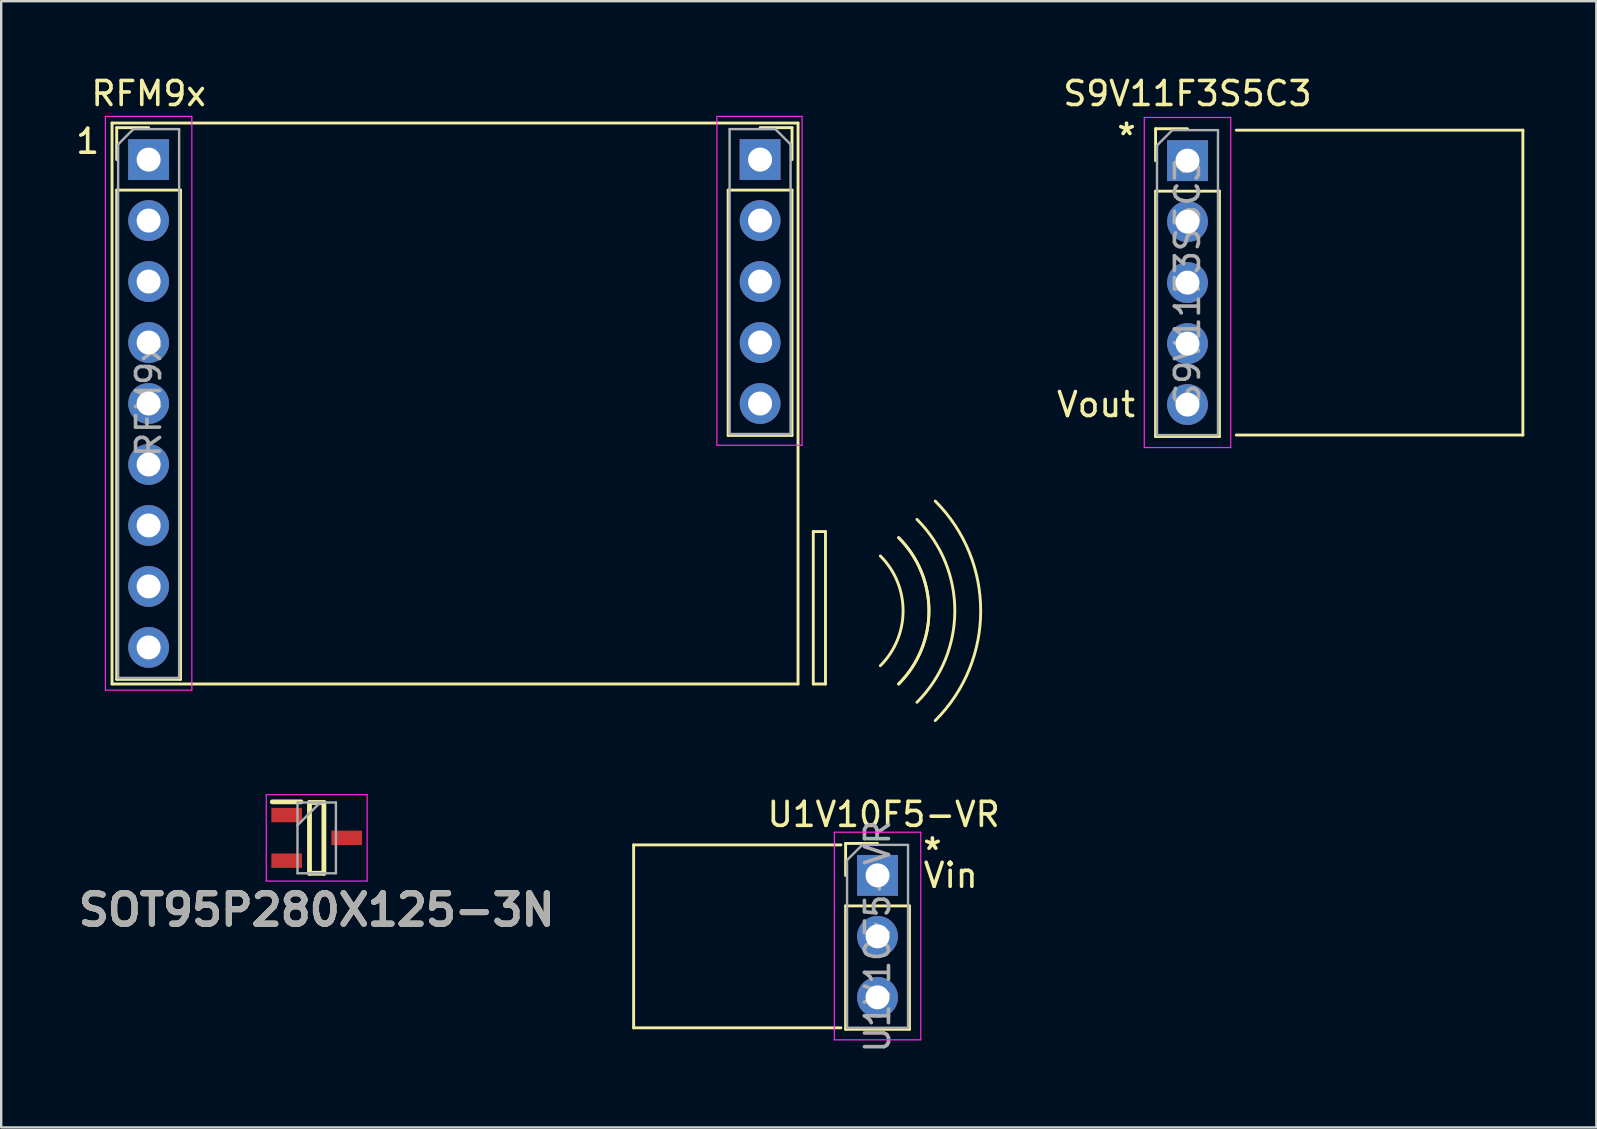
<source format=kicad_pcb>
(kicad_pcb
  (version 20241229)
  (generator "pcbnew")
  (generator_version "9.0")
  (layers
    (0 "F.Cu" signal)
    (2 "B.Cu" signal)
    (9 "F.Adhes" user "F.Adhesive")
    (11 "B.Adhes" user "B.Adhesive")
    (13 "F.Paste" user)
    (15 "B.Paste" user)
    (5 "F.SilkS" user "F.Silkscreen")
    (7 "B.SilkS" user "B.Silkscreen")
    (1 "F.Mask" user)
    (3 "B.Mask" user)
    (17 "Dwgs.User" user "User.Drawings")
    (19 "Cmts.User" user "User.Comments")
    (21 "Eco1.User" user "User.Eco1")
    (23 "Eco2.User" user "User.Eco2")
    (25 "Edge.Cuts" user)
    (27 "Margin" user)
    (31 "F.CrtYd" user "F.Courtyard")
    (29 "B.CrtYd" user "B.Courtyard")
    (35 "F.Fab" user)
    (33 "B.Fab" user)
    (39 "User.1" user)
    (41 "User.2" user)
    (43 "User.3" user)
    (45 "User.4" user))
  (footprint "S9V11F3S5C3"
    (layer "F.Cu")
    (at 46.415 3.642)
    (property "Reference" "S9V11F3S5C3" (at 0 -2.794 0) (layer "F.SilkS") (effects (font (size 1 1) (thickness 0.15))))
    (attr through_hole)
    (fp_line (start -1.33 -1.33) (end 0 -1.33) (stroke (width 0.12) (type solid)) (layer "F.SilkS"))
    (fp_line (start -1.33 0) (end -1.33 -1.33) (stroke (width 0.12) (type solid)) (layer "F.SilkS"))
    (fp_line (start -1.33 1.27) (end -1.33 11.49) (stroke (width 0.12) (type solid)) (layer "F.SilkS"))
    (fp_line (start -1.33 1.27) (end 1.33 1.27) (stroke (width 0.12) (type solid)) (layer "F.SilkS"))
    (fp_line (start -1.33 11.49) (end 1.33 11.49) (stroke (width 0.12) (type solid)) (layer "F.SilkS"))
    (fp_line (start 1.33 1.27) (end 1.33 11.49) (stroke (width 0.12) (type solid)) (layer "F.SilkS"))
    (fp_line (start 2.032 -1.27) (end 13.97 -1.27) (stroke (width 0.12) (type solid)) (layer "F.SilkS"))
    (fp_line (start 13.97 -1.27) (end 13.97 11.43) (stroke (width 0.12) (type solid)) (layer "F.SilkS"))
    (fp_line (start 13.97 11.43) (end 2.032 11.43) (stroke (width 0.12) (type solid)) (layer "F.SilkS"))
    (fp_line (start -1.8 -1.8) (end -1.8 11.95) (stroke (width 0.05) (type solid)) (layer "F.CrtYd"))
    (fp_line (start -1.8 11.95) (end 1.8 11.95) (stroke (width 0.05) (type solid)) (layer "F.CrtYd"))
    (fp_line (start 1.8 -1.8) (end -1.8 -1.8) (stroke (width 0.05) (type solid)) (layer "F.CrtYd"))
    (fp_line (start 1.8 11.95) (end 1.8 -1.8) (stroke (width 0.05) (type solid)) (layer "F.CrtYd"))
    (fp_line (start -1.27 -0.635) (end -0.635 -1.27) (stroke (width 0.1) (type solid)) (layer "F.Fab"))
    (fp_line (start -1.27 11.43) (end -1.27 -0.635) (stroke (width 0.1) (type solid)) (layer "F.Fab"))
    (fp_line (start -0.635 -1.27) (end 1.27 -1.27) (stroke (width 0.1) (type solid)) (layer "F.Fab"))
    (fp_line (start 1.27 -1.27) (end 1.27 11.43) (stroke (width 0.1) (type solid)) (layer "F.Fab"))
    (fp_line (start 1.27 11.43) (end -1.27 11.43) (stroke (width 0.1) (type solid)) (layer "F.Fab"))
    (fp_text user "*" (at -2.54 -1.016 0) (layer "F.SilkS") (effects (font (size 1 1) (thickness 0.15))))
    (fp_text user "Vout" (at -3.81 10.16 0) (layer "F.SilkS") (effects (font (size 1 1) (thickness 0.15))))
    (fp_text user "${REFERENCE}" (at 0 5.08 90) (layer "F.Fab") (effects (font (size 1 1) (thickness 0.15))))
    (pad "1" thru_hole rect (at 0 0) (size 1.7 1.7) (drill 1) (layers "*.Cu" "*.Mask"))
    (pad "2" thru_hole oval (at 0 2.54) (size 1.7 1.7) (drill 1) (layers "*.Cu" "*.Mask"))
    (pad "3" thru_hole oval (at 0 5.08) (size 1.7 1.7) (drill 1) (layers "*.Cu" "*.Mask"))
    (pad "4" thru_hole oval (at 0 7.62) (size 1.7 1.7) (drill 1) (layers "*.Cu" "*.Mask"))
    (pad "5" thru_hole oval (at 0 10.16) (size 1.7 1.7) (drill 1) (layers "*.Cu" "*.Mask")))
  (footprint "RFM9x"
    (layer "F.Cu")
    (at 3.141 3.598)
    (property "Reference" "RFM9x" (at 0 -2.75 0) (layer "F.SilkS") (effects (font (size 1 1) (thickness 0.15))))
    (attr through_hole)
    (fp_line (start -1.524 -1.524) (end 27.051 -1.524) (stroke (width 0.12) (type solid)) (layer "F.SilkS"))
    (fp_line (start -1.524 21.844) (end -1.524 -1.524) (stroke (width 0.12) (type solid)) (layer "F.SilkS"))
    (fp_line (start -1.33 -1.33) (end 0 -1.33) (stroke (width 0.12) (type solid)) (layer "F.SilkS"))
    (fp_line (start -1.33 0) (end -1.33 -1.33) (stroke (width 0.12) (type solid)) (layer "F.SilkS"))
    (fp_line (start -1.33 1.27) (end -1.33 21.65) (stroke (width 0.12) (type solid)) (layer "F.SilkS"))
    (fp_line (start -1.33 1.27) (end 1.33 1.27) (stroke (width 0.12) (type solid)) (layer "F.SilkS"))
    (fp_line (start -1.33 21.65) (end 1.33 21.65) (stroke (width 0.12) (type solid)) (layer "F.SilkS"))
    (fp_line (start 1.33 1.27) (end 1.33 21.65) (stroke (width 0.12) (type solid)) (layer "F.SilkS"))
    (fp_line (start 24.14 1.27) (end 24.14 11.49) (stroke (width 0.12) (type solid)) (layer "F.SilkS"))
    (fp_line (start 24.14 1.27) (end 26.8 1.27) (stroke (width 0.12) (type solid)) (layer "F.SilkS"))
    (fp_line (start 24.14 11.49) (end 26.8 11.49) (stroke (width 0.12) (type solid)) (layer "F.SilkS"))
    (fp_line (start 25.47 -1.33) (end 26.8 -1.33) (stroke (width 0.12) (type solid)) (layer "F.SilkS"))
    (fp_line (start 26.8 -1.33) (end 26.8 0) (stroke (width 0.12) (type solid)) (layer "F.SilkS"))
    (fp_line (start 26.8 1.27) (end 26.8 11.49) (stroke (width 0.12) (type solid)) (layer "F.SilkS"))
    (fp_line (start 27.051 -1.524) (end 27.051 21.844) (stroke (width 0.12) (type solid)) (layer "F.SilkS"))
    (fp_line (start 27.051 21.844) (end -1.524 21.844) (stroke (width 0.12) (type solid)) (layer "F.SilkS"))
    (fp_line (start 27.686 21.844) (end 27.686 15.494) (stroke (width 0.12) (type solid)) (layer "F.SilkS"))
    (fp_line (start 27.686 21.844) (end 28.194 21.844) (stroke (width 0.12) (type solid)) (layer "F.SilkS"))
    (fp_line (start 28.194 15.494) (end 27.686 15.494) (stroke (width 0.12) (type solid)) (layer "F.SilkS"))
    (fp_line (start 28.194 21.844) (end 28.194 15.494) (stroke (width 0.12) (type solid)) (layer "F.SilkS"))
    (fp_arc (start 30.479999 16.510001) (mid 31.426891 18.796) (end 30.479999 21.081999) (stroke (width 0.12) (type solid)) (layer "F.SilkS"))
    (fp_arc (start 31.241999 15.748001) (mid 32.504522 18.796) (end 31.241999 21.843999) (stroke (width 0.12) (type solid)) (layer "F.SilkS"))
    (fp_arc (start 31.241999 15.748001) (mid 32.504522 18.796) (end 31.241999 21.843999) (stroke (width 0.12) (type solid)) (layer "F.SilkS"))
    (fp_arc (start 32.003999 14.986001) (mid 33.582152 18.796) (end 32.003999 22.605999) (stroke (width 0.12) (type solid)) (layer "F.SilkS"))
    (fp_arc (start 32.765999 14.224001) (mid 34.659783 18.796) (end 32.765999 23.367999) (stroke (width 0.12) (type solid)) (layer "F.SilkS"))
    (fp_line (start -1.8 -1.8) (end -1.8 22.1) (stroke (width 0.05) (type solid)) (layer "F.CrtYd"))
    (fp_line (start -1.8 22.1) (end 1.8 22.1) (stroke (width 0.05) (type solid)) (layer "F.CrtYd"))
    (fp_line (start 1.8 -1.8) (end -1.8 -1.8) (stroke (width 0.05) (type solid)) (layer "F.CrtYd"))
    (fp_line (start 1.8 22.1) (end 1.8 -1.8) (stroke (width 0.05) (type solid)) (layer "F.CrtYd"))
    (fp_line (start 23.67 -1.8) (end 27.22 -1.8) (stroke (width 0.05) (type solid)) (layer "F.CrtYd"))
    (fp_line (start 23.67 11.9) (end 23.67 -1.8) (stroke (width 0.05) (type solid)) (layer "F.CrtYd"))
    (fp_line (start 27.22 -1.8) (end 27.22 11.9) (stroke (width 0.05) (type solid)) (layer "F.CrtYd"))
    (fp_line (start 27.22 11.9) (end 23.67 11.9) (stroke (width 0.05) (type solid)) (layer "F.CrtYd"))
    (fp_line (start -1.27 -0.635) (end -0.635 -1.27) (stroke (width 0.1) (type solid)) (layer "F.Fab"))
    (fp_line (start -1.27 21.59) (end -1.27 -0.635) (stroke (width 0.1) (type solid)) (layer "F.Fab"))
    (fp_line (start -0.635 -1.27) (end 1.27 -1.27) (stroke (width 0.1) (type solid)) (layer "F.Fab"))
    (fp_line (start 1.27 -1.27) (end 1.27 21.59) (stroke (width 0.1) (type solid)) (layer "F.Fab"))
    (fp_line (start 1.27 21.59) (end -1.27 21.59) (stroke (width 0.1) (type solid)) (layer "F.Fab"))
    (fp_line (start 24.2 -1.27) (end 26.105 -1.27) (stroke (width 0.1) (type solid)) (layer "F.Fab"))
    (fp_line (start 24.2 11.43) (end 24.2 -1.27) (stroke (width 0.1) (type solid)) (layer "F.Fab"))
    (fp_line (start 26.105 -1.27) (end 26.74 -0.635) (stroke (width 0.1) (type solid)) (layer "F.Fab"))
    (fp_line (start 26.74 -0.635) (end 26.74 11.43) (stroke (width 0.1) (type solid)) (layer "F.Fab"))
    (fp_line (start 26.74 11.43) (end 24.2 11.43) (stroke (width 0.1) (type solid)) (layer "F.Fab"))
    (fp_text user "1" (at -2.54 -0.762 0) (layer "F.SilkS") (effects (font (size 1 1) (thickness 0.15))))
    (fp_text user "${REFERENCE}" (at 0 10 90) (layer "F.Fab") (effects (font (size 1 1) (thickness 0.15))))
    (pad "1" thru_hole rect (at 0 0) (size 1.7 1.7) (drill 1) (layers "*.Cu" "*.Mask"))
    (pad "2" thru_hole oval (at 0 2.54) (size 1.7 1.7) (drill 1) (layers "*.Cu" "*.Mask"))
    (pad "3" thru_hole oval (at 0 5.08) (size 1.7 1.7) (drill 1) (layers "*.Cu" "*.Mask"))
    (pad "4" thru_hole oval (at 0 7.62) (size 1.7 1.7) (drill 1) (layers "*.Cu" "*.Mask"))
    (pad "5" thru_hole oval (at 0 10.16) (size 1.7 1.7) (drill 1) (layers "*.Cu" "*.Mask"))
    (pad "6" thru_hole oval (at 0 12.7) (size 1.7 1.7) (drill 1) (layers "*.Cu" "*.Mask"))
    (pad "7" thru_hole oval (at 0 15.24) (size 1.7 1.7) (drill 1) (layers "*.Cu" "*.Mask"))
    (pad "8" thru_hole oval (at 0 17.78) (size 1.7 1.7) (drill 1) (layers "*.Cu" "*.Mask"))
    (pad "9" thru_hole oval (at 0 20.32) (size 1.7 1.7) (drill 1) (layers "*.Cu" "*.Mask"))
    (pad "10" thru_hole oval (at 25.47 10.16) (size 1.7 1.7) (drill 1) (layers "*.Cu" "*.Mask"))
    (pad "11" thru_hole oval (at 25.47 7.62) (size 1.7 1.7) (drill 1) (layers "*.Cu" "*.Mask"))
    (pad "12" thru_hole oval (at 25.47 5.08) (size 1.7 1.7) (drill 1) (layers "*.Cu" "*.Mask"))
    (pad "13" thru_hole oval (at 25.47 2.54) (size 1.7 1.7) (drill 1) (layers "*.Cu" "*.Mask"))
    (pad "14" thru_hole rect (at 25.47 0) (size 1.7 1.7) (drill 1) (layers "*.Cu" "*.Mask")))
  (footprint "SOT95P280X125-3N"
    (layer "F.Cu")
    (at 10.142 31.851)
    (property "Reference" "SOT95P280X125-3N" (at 0 3 0) (layer "F.SilkS") (effects (font (size 1.27 1.27) (thickness 0.254))))
    (attr smd)
    (fp_line (start -1.85 -1.5) (end -0.65 -1.5) (stroke (width 0.2) (type solid)) (layer "F.SilkS"))
    (fp_line (start -0.3 -1.475) (end 0.3 -1.475) (stroke (width 0.2) (type solid)) (layer "F.SilkS"))
    (fp_line (start -0.3 1.475) (end -0.3 -1.475) (stroke (width 0.2) (type solid)) (layer "F.SilkS"))
    (fp_line (start 0.3 -1.475) (end 0.3 1.475) (stroke (width 0.2) (type solid)) (layer "F.SilkS"))
    (fp_line (start 0.3 1.475) (end -0.3 1.475) (stroke (width 0.2) (type solid)) (layer "F.SilkS"))
    (fp_line (start -2.1 -1.8) (end 2.1 -1.8) (stroke (width 0.05) (type solid)) (layer "F.CrtYd"))
    (fp_line (start -2.1 1.8) (end -2.1 -1.8) (stroke (width 0.05) (type solid)) (layer "F.CrtYd"))
    (fp_line (start 2.1 -1.8) (end 2.1 1.8) (stroke (width 0.05) (type solid)) (layer "F.CrtYd"))
    (fp_line (start 2.1 1.8) (end -2.1 1.8) (stroke (width 0.05) (type solid)) (layer "F.CrtYd"))
    (fp_line (start -0.8 -1.475) (end 0.8 -1.475) (stroke (width 0.1) (type solid)) (layer "F.Fab"))
    (fp_line (start -0.8 -0.525) (end 0.15 -1.475) (stroke (width 0.1) (type solid)) (layer "F.Fab"))
    (fp_line (start -0.8 1.475) (end -0.8 -1.475) (stroke (width 0.1) (type solid)) (layer "F.Fab"))
    (fp_line (start 0.8 -1.475) (end 0.8 1.475) (stroke (width 0.1) (type solid)) (layer "F.Fab"))
    (fp_line (start 0.8 1.475) (end -0.8 1.475) (stroke (width 0.1) (type solid)) (layer "F.Fab"))
    (fp_text user "${REFERENCE}" (at 0 3 0) (layer "F.Fab") (effects (font (size 1.27 1.27) (thickness 0.254))))
    (pad "1" smd rect (at -1.25 -0.95 90) (size 0.6 1.276) (layers "F.Cu" "F.Mask" "F.Paste"))
    (pad "2" smd rect (at -1.25 0.95 90) (size 0.6 1.276) (layers "F.Cu" "F.Mask" "F.Paste"))
    (pad "3" smd rect (at 1.25 0 90) (size 0.6 1.276) (layers "F.Cu" "F.Mask" "F.Paste")))
  (footprint "U1V10F5-VR"
    (layer "F.Cu")
    (at 33.504 33.414)
    (property "Reference" "U1V10F5-VR" (at 0.254 -2.54 0) (layer "F.SilkS") (effects (font (size 1 1) (thickness 0.15))))
    (attr through_hole)
    (fp_line (start -10.16 -1.27) (end -10.16 6.35) (stroke (width 0.12) (type solid)) (layer "F.SilkS"))
    (fp_line (start -10.16 6.35) (end -1.524 6.35) (stroke (width 0.12) (type solid)) (layer "F.SilkS"))
    (fp_line (start -1.524 -1.27) (end -10.16 -1.27) (stroke (width 0.12) (type solid)) (layer "F.SilkS"))
    (fp_line (start -1.33 -1.33) (end 0 -1.33) (stroke (width 0.12) (type solid)) (layer "F.SilkS"))
    (fp_line (start -1.33 0) (end -1.33 -1.33) (stroke (width 0.12) (type solid)) (layer "F.SilkS"))
    (fp_line (start -1.33 1.27) (end -1.33 6.41) (stroke (width 0.12) (type solid)) (layer "F.SilkS"))
    (fp_line (start -1.33 1.27) (end 1.33 1.27) (stroke (width 0.12) (type solid)) (layer "F.SilkS"))
    (fp_line (start -1.33 6.41) (end 1.33 6.41) (stroke (width 0.12) (type solid)) (layer "F.SilkS"))
    (fp_line (start 1.33 1.27) (end 1.33 6.41) (stroke (width 0.12) (type solid)) (layer "F.SilkS"))
    (fp_line (start -1.8 -1.8) (end -1.8 6.85) (stroke (width 0.05) (type solid)) (layer "F.CrtYd"))
    (fp_line (start -1.8 6.85) (end 1.8 6.85) (stroke (width 0.05) (type solid)) (layer "F.CrtYd"))
    (fp_line (start 1.8 -1.8) (end -1.8 -1.8) (stroke (width 0.05) (type solid)) (layer "F.CrtYd"))
    (fp_line (start 1.8 6.85) (end 1.8 -1.8) (stroke (width 0.05) (type solid)) (layer "F.CrtYd"))
    (fp_line (start -1.27 -0.635) (end -0.635 -1.27) (stroke (width 0.1) (type solid)) (layer "F.Fab"))
    (fp_line (start -1.27 6.35) (end -1.27 -0.635) (stroke (width 0.1) (type solid)) (layer "F.Fab"))
    (fp_line (start -0.635 -1.27) (end 1.27 -1.27) (stroke (width 0.1) (type solid)) (layer "F.Fab"))
    (fp_line (start 1.27 -1.27) (end 1.27 6.35) (stroke (width 0.1) (type solid)) (layer "F.Fab"))
    (fp_line (start 1.27 6.35) (end -1.27 6.35) (stroke (width 0.1) (type solid)) (layer "F.Fab"))
    (fp_text user "Vin" (at 3.048 0 0) (layer "F.SilkS") (effects (font (size 1 1) (thickness 0.15))))
    (fp_text user "*" (at 2.286 -1.016 0) (layer "F.SilkS") (effects (font (size 1 1) (thickness 0.15))))
    (fp_text user "${REFERENCE}" (at 0 2.54 90) (layer "F.Fab") (effects (font (size 1 1) (thickness 0.15))))
    (pad "1" thru_hole rect (at 0 0) (size 1.7 1.7) (drill 1) (layers "*.Cu" "*.Mask"))
    (pad "2" thru_hole oval (at 0 2.54) (size 1.7 1.7) (drill 1) (layers "*.Cu" "*.Mask"))
    (pad "3" thru_hole oval (at 0 5.08) (size 1.7 1.7) (drill 1) (layers "*.Cu" "*.Mask")))
  (gr_rect
    (start -3 -3)
    (end 63.445 43.913)
    (stroke (width 0.1) (type default))
    (fill no)
    (layer "Edge.Cuts")))
</source>
